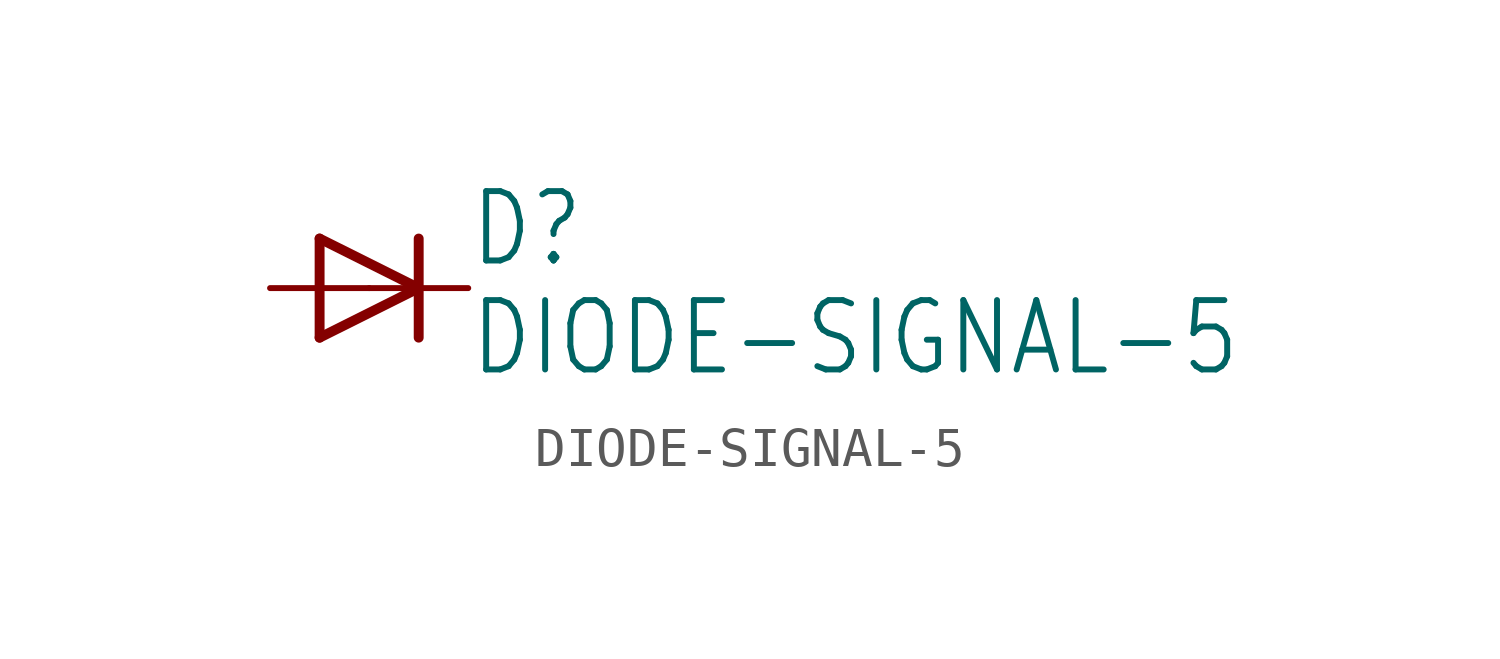
<source format=kicad_sym>
(kicad_symbol_lib
  (version 20211014)
  (generator kicad_symbol_editor)
  (symbol "DIODE-SIGNAL-5"
    (property "Reference" "D"
      (at 2.54 0.483 0)
      (effects (font (size 1.778 1.511)) (justify left bottom)))
    (property "Value" "DIODE-SIGNAL-5"
      (at 2.54 -2.311 0)
      (effects (font (size 1.778 1.511)) (justify left bottom)))
    (property "ki_locked" ""
      (at 0 0 0)
      (effects (font (size 1.27 1.27))))
    (symbol "DIODE-SIGNAL-5_1_0"
      (polyline (pts (xy -1.27 -1.27) (xy 1.27 0)) (stroke (width 0.254) (type default) (color 0 0 0 0)) (fill (type none)))
      (polyline (pts (xy -1.27 1.27) (xy -1.27 -1.27)) (stroke (width 0.254) (type default) (color 0 0 0 0)) (fill (type none)))
      (polyline (pts (xy 1.27 0) (xy -1.27 1.27)) (stroke (width 0.254) (type default) (color 0 0 0 0)) (fill (type none)))
      (polyline (pts (xy 1.27 0) (xy 1.27 -1.27)) (stroke (width 0.254) (type default) (color 0 0 0 0)) (fill (type none)))
      (polyline (pts (xy 1.27 1.27) (xy 1.27 0)) (stroke (width 0.254) (type default) (color 0 0 0 0)) (fill (type none)))
      (pin passive line (at -2.54 0 0) (length 2.54) (name "A" (effects (font (size 0 0)))) (number "A" (effects (font (size 0 0)))))
      (pin passive line (at 2.54 0 180) (length 2.54) (name "C" (effects (font (size 0 0)))) (number "C" (effects (font (size 0 0))))))))
</source>
